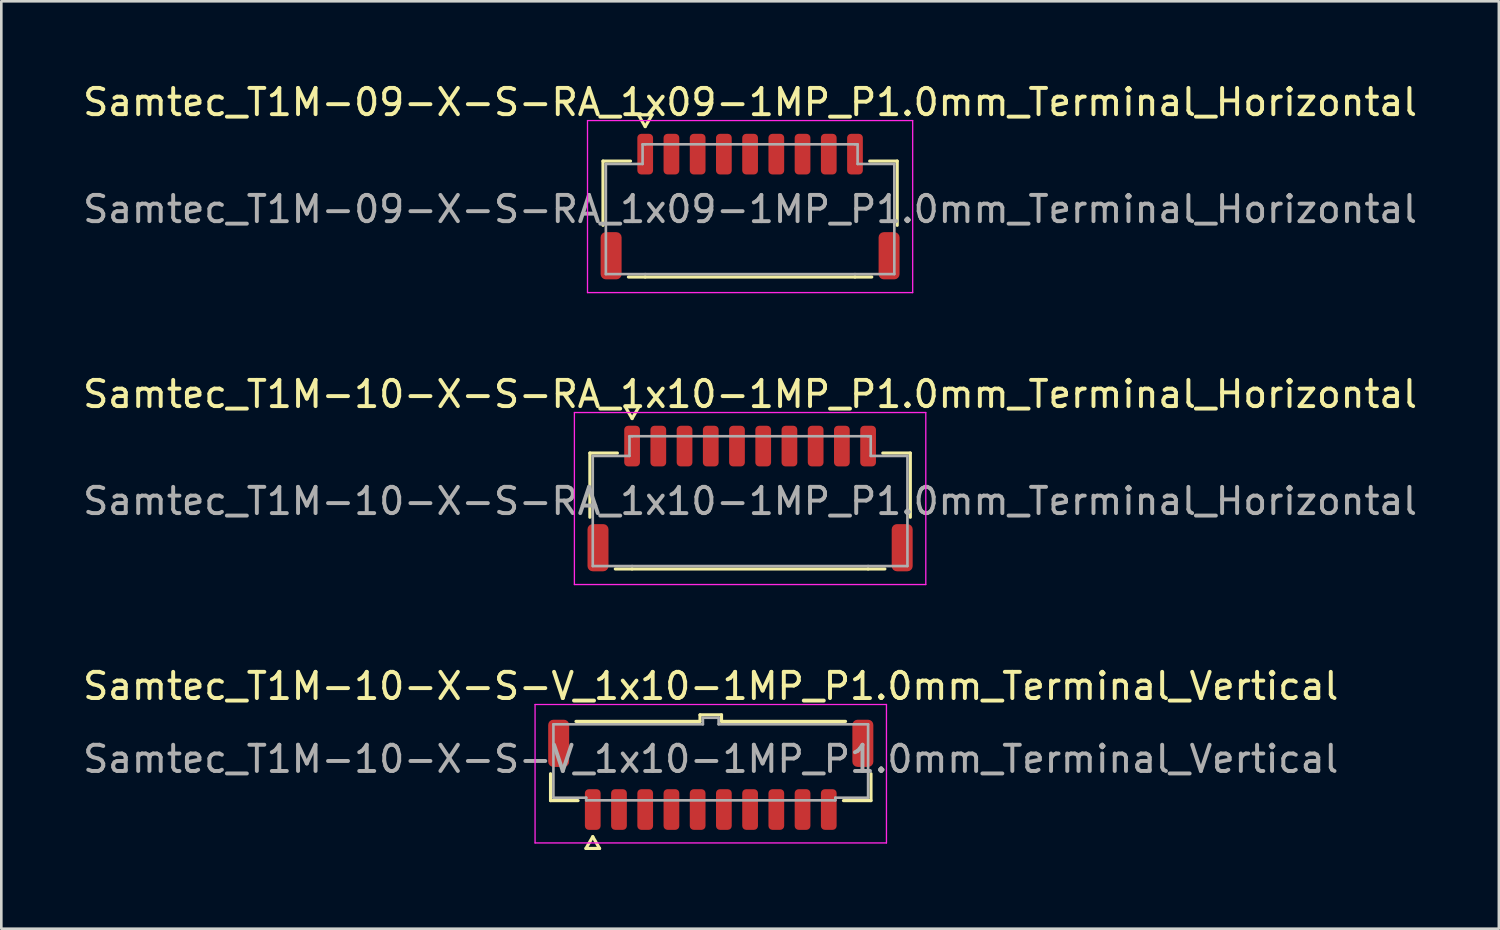
<source format=kicad_pcb>
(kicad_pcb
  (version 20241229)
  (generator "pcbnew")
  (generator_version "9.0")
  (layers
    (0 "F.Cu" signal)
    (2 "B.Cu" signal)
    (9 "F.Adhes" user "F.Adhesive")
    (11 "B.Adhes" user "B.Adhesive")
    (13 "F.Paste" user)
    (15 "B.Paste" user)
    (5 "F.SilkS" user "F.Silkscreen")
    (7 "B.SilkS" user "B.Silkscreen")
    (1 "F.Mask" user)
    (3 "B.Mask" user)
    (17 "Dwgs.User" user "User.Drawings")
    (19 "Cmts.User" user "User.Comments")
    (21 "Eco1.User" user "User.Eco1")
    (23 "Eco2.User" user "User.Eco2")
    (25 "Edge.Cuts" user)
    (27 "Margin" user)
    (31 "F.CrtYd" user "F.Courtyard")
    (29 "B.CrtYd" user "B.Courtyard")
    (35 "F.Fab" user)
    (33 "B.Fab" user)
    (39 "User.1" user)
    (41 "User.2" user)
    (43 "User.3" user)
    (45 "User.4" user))
  (footprint "Samtec_T1M-09-X-S-RA_1x09-1MP_P1.0mm_Terminal_Horizontal"
    (layer "F.Cu")
    (at 25.554 4.928)
    (property "Reference" "Samtec_T1M-09-X-S-RA_1x09-1MP_P1.0mm_Terminal_Horizontal" (at 0 -4.08 0) (layer "F.SilkS") (effects (font (size 1 1) (thickness 0.15))))
    (attr smd)
    (fp_line (start -5.61 -1.835) (end -4.56 -1.835) (stroke (width 0.12) (type solid)) (layer "F.SilkS"))
    (fp_line (start -5.61 0.615) (end -5.61 -1.835) (stroke (width 0.12) (type solid)) (layer "F.SilkS"))
    (fp_line (start -4.26 -3.6) (end -4 -3.15) (stroke (width 0.12) (type solid)) (layer "F.SilkS"))
    (fp_line (start -4 -3.15) (end -3.74 -3.6) (stroke (width 0.12) (type solid)) (layer "F.SilkS"))
    (fp_line (start -4 2.585) (end -4.64 2.585) (stroke (width 0.12) (type solid)) (layer "F.SilkS"))
    (fp_line (start -3.74 -3.6) (end -4.26 -3.6) (stroke (width 0.12) (type solid)) (layer "F.SilkS"))
    (fp_line (start 4 2.585) (end -4 2.585) (stroke (width 0.12) (type solid)) (layer "F.SilkS"))
    (fp_line (start 4.56 -1.835) (end 5.61 -1.835) (stroke (width 0.12) (type solid)) (layer "F.SilkS"))
    (fp_line (start 4.64 2.585) (end 4 2.585) (stroke (width 0.12) (type solid)) (layer "F.SilkS"))
    (fp_line (start 5.61 -1.835) (end 5.61 0.615) (stroke (width 0.12) (type solid)) (layer "F.SilkS"))
    (fp_line (start -6.2 -3.38) (end -6.2 3.18) (stroke (width 0.05) (type solid)) (layer "F.CrtYd"))
    (fp_line (start -6.2 3.18) (end 6.2 3.18) (stroke (width 0.05) (type solid)) (layer "F.CrtYd"))
    (fp_line (start 6.2 -3.38) (end -6.2 -3.38) (stroke (width 0.05) (type solid)) (layer "F.CrtYd"))
    (fp_line (start 6.2 3.18) (end 6.2 -3.38) (stroke (width 0.05) (type solid)) (layer "F.CrtYd"))
    (fp_line (start -5.5 -1.725) (end -4.1 -1.725) (stroke (width 0.1) (type solid)) (layer "F.Fab"))
    (fp_line (start -5.5 2.475) (end -5.5 -1.725) (stroke (width 0.1) (type solid)) (layer "F.Fab"))
    (fp_line (start -4.1 -2.475) (end -4 -2.475) (stroke (width 0.1) (type solid)) (layer "F.Fab"))
    (fp_line (start -4.1 -1.725) (end -4.1 -2.475) (stroke (width 0.1) (type solid)) (layer "F.Fab"))
    (fp_line (start -4 -2.475) (end 4 -2.475) (stroke (width 0.1) (type solid)) (layer "F.Fab"))
    (fp_line (start -4 2.475) (end -5.5 2.475) (stroke (width 0.1) (type solid)) (layer "F.Fab"))
    (fp_line (start 4 -2.475) (end 4.1 -2.475) (stroke (width 0.1) (type solid)) (layer "F.Fab"))
    (fp_line (start 4 2.475) (end -4 2.475) (stroke (width 0.1) (type solid)) (layer "F.Fab"))
    (fp_line (start 4.1 -2.475) (end 4.1 -1.725) (stroke (width 0.1) (type solid)) (layer "F.Fab"))
    (fp_line (start 4.1 -1.725) (end 5.5 -1.725) (stroke (width 0.1) (type solid)) (layer "F.Fab"))
    (fp_line (start 5.5 -1.725) (end 5.5 2.475) (stroke (width 0.1) (type solid)) (layer "F.Fab"))
    (fp_line (start 5.5 2.475) (end 4 2.475) (stroke (width 0.1) (type solid)) (layer "F.Fab"))
    (fp_text user "${REFERENCE}" (at 0 0 0) (layer "F.Fab") (effects (font (size 1 1) (thickness 0.15))))
    (pad "1" smd roundrect (at -4 -2.1) (size 0.6 1.55) (layers "F.Cu" "F.Mask" "F.Paste") (roundrect_rratio 0.25))
    (pad "2" smd roundrect (at -3 -2.1) (size 0.6 1.55) (layers "F.Cu" "F.Mask" "F.Paste") (roundrect_rratio 0.25))
    (pad "3" smd roundrect (at -2 -2.1) (size 0.6 1.55) (layers "F.Cu" "F.Mask" "F.Paste") (roundrect_rratio 0.25))
    (pad "4" smd roundrect (at -1 -2.1) (size 0.6 1.55) (layers "F.Cu" "F.Mask" "F.Paste") (roundrect_rratio 0.25))
    (pad "5" smd roundrect (at 0 -2.1) (size 0.6 1.55) (layers "F.Cu" "F.Mask" "F.Paste") (roundrect_rratio 0.25))
    (pad "6" smd roundrect (at 1 -2.1) (size 0.6 1.55) (layers "F.Cu" "F.Mask" "F.Paste") (roundrect_rratio 0.25))
    (pad "7" smd roundrect (at 2 -2.1) (size 0.6 1.55) (layers "F.Cu" "F.Mask" "F.Paste") (roundrect_rratio 0.25))
    (pad "8" smd roundrect (at 3 -2.1) (size 0.6 1.55) (layers "F.Cu" "F.Mask" "F.Paste") (roundrect_rratio 0.25))
    (pad "9" smd roundrect (at 4 -2.1) (size 0.6 1.55) (layers "F.Cu" "F.Mask" "F.Paste") (roundrect_rratio 0.25))
    (pad "MP" smd roundrect (at -5.3 1.775) (size 0.8 1.8) (layers "F.Cu" "F.Mask" "F.Paste") (roundrect_rratio 0.25))
    (pad "MP" smd roundrect (at 5.3 1.775) (size 0.8 1.8) (layers "F.Cu" "F.Mask" "F.Paste") (roundrect_rratio 0.25)))
  (footprint "Samtec_T1M-10-X-S-V_1x10-1MP_P1.0mm_Terminal_Vertical"
    (layer "F.Cu")
    (at 24.054 25.895)
    (property "Reference" "Samtec_T1M-10-X-S-V_1x10-1MP_P1.0mm_Terminal_Vertical" (at 0 -2.78 0) (layer "F.SilkS") (effects (font (size 1 1) (thickness 0.15))))
    (attr smd)
    (fp_line (start -6.11 1.585) (end -6.11 0.56) (stroke (width 0.12) (type solid)) (layer "F.SilkS"))
    (fp_line (start -5.14 -1.435) (end -0.41 -1.435) (stroke (width 0.12) (type solid)) (layer "F.SilkS"))
    (fp_line (start -5.06 1.585) (end -6.11 1.585) (stroke (width 0.12) (type solid)) (layer "F.SilkS"))
    (fp_line (start -4.76 3.41) (end -4.5 2.96) (stroke (width 0.12) (type solid)) (layer "F.SilkS"))
    (fp_line (start -4.5 2.96) (end -4.24 3.41) (stroke (width 0.12) (type solid)) (layer "F.SilkS"))
    (fp_line (start -4.24 3.41) (end -4.76 3.41) (stroke (width 0.12) (type solid)) (layer "F.SilkS"))
    (fp_line (start -0.41 -1.685) (end 0.41 -1.685) (stroke (width 0.12) (type solid)) (layer "F.SilkS"))
    (fp_line (start -0.41 -1.435) (end -0.41 -1.685) (stroke (width 0.12) (type solid)) (layer "F.SilkS"))
    (fp_line (start 0.41 -1.685) (end 0.41 -1.435) (stroke (width 0.12) (type solid)) (layer "F.SilkS"))
    (fp_line (start 0.41 -1.435) (end 5.14 -1.435) (stroke (width 0.12) (type solid)) (layer "F.SilkS"))
    (fp_line (start 6.11 0.56) (end 6.11 1.585) (stroke (width 0.12) (type solid)) (layer "F.SilkS"))
    (fp_line (start 6.11 1.585) (end 5.06 1.585) (stroke (width 0.12) (type solid)) (layer "F.SilkS"))
    (fp_line (start -6.7 -2.08) (end -6.7 3.2) (stroke (width 0.05) (type solid)) (layer "F.CrtYd"))
    (fp_line (start -6.7 3.2) (end 6.7 3.2) (stroke (width 0.05) (type solid)) (layer "F.CrtYd"))
    (fp_line (start 6.7 -2.08) (end -6.7 -2.08) (stroke (width 0.05) (type solid)) (layer "F.CrtYd"))
    (fp_line (start 6.7 3.2) (end 6.7 -2.08) (stroke (width 0.05) (type solid)) (layer "F.CrtYd"))
    (fp_line (start -6 -1.325) (end -0.3 -1.325) (stroke (width 0.1) (type solid)) (layer "F.Fab"))
    (fp_line (start -6 1.475) (end -6 -1.325) (stroke (width 0.1) (type solid)) (layer "F.Fab"))
    (fp_line (start -4.75 1.475) (end -6 1.475) (stroke (width 0.1) (type solid)) (layer "F.Fab"))
    (fp_line (start -4.75 1.575) (end -4.75 1.475) (stroke (width 0.1) (type solid)) (layer "F.Fab"))
    (fp_line (start -0.3 -1.575) (end 0.3 -1.575) (stroke (width 0.1) (type solid)) (layer "F.Fab"))
    (fp_line (start -0.3 -1.325) (end -0.3 -1.575) (stroke (width 0.1) (type solid)) (layer "F.Fab"))
    (fp_line (start 0.3 -1.575) (end 0.3 -1.325) (stroke (width 0.1) (type solid)) (layer "F.Fab"))
    (fp_line (start 0.3 -1.325) (end 6 -1.325) (stroke (width 0.1) (type solid)) (layer "F.Fab"))
    (fp_line (start 4.75 1.475) (end 4.75 1.575) (stroke (width 0.1) (type solid)) (layer "F.Fab"))
    (fp_line (start 4.75 1.575) (end -4.75 1.575) (stroke (width 0.1) (type solid)) (layer "F.Fab"))
    (fp_line (start 6 -1.325) (end 6 1.475) (stroke (width 0.1) (type solid)) (layer "F.Fab"))
    (fp_line (start 6 1.475) (end 4.75 1.475) (stroke (width 0.1) (type solid)) (layer "F.Fab"))
    (fp_text user "${REFERENCE}" (at 0 0 0) (layer "F.Fab") (effects (font (size 1 1) (thickness 0.15))))
    (pad "1" smd roundrect (at -4.5 1.925) (size 0.6 1.55) (layers "F.Cu" "F.Mask" "F.Paste") (roundrect_rratio 0.25))
    (pad "2" smd roundrect (at -3.5 1.925) (size 0.6 1.55) (layers "F.Cu" "F.Mask" "F.Paste") (roundrect_rratio 0.25))
    (pad "3" smd roundrect (at -2.5 1.925) (size 0.6 1.55) (layers "F.Cu" "F.Mask" "F.Paste") (roundrect_rratio 0.25))
    (pad "4" smd roundrect (at -1.5 1.925) (size 0.6 1.55) (layers "F.Cu" "F.Mask" "F.Paste") (roundrect_rratio 0.25))
    (pad "5" smd roundrect (at -0.5 1.925) (size 0.6 1.55) (layers "F.Cu" "F.Mask" "F.Paste") (roundrect_rratio 0.25))
    (pad "6" smd roundrect (at 0.5 1.925) (size 0.6 1.55) (layers "F.Cu" "F.Mask" "F.Paste") (roundrect_rratio 0.25))
    (pad "7" smd roundrect (at 1.5 1.925) (size 0.6 1.55) (layers "F.Cu" "F.Mask" "F.Paste") (roundrect_rratio 0.25))
    (pad "8" smd roundrect (at 2.5 1.925) (size 0.6 1.55) (layers "F.Cu" "F.Mask" "F.Paste") (roundrect_rratio 0.25))
    (pad "9" smd roundrect (at 3.5 1.925) (size 0.6 1.55) (layers "F.Cu" "F.Mask" "F.Paste") (roundrect_rratio 0.25))
    (pad "10" smd roundrect (at 4.5 1.925) (size 0.6 1.55) (layers "F.Cu" "F.Mask" "F.Paste") (roundrect_rratio 0.25))
    (pad "MP" smd roundrect (at -5.8 -0.6) (size 0.8 1.8) (layers "F.Cu" "F.Mask" "F.Paste") (roundrect_rratio 0.25))
    (pad "MP" smd roundrect (at 5.8 -0.6) (size 0.8 1.8) (layers "F.Cu" "F.Mask" "F.Paste") (roundrect_rratio 0.25)))
  (footprint "Samtec_T1M-10-X-S-RA_1x10-1MP_P1.0mm_Terminal_Horizontal"
    (layer "F.Cu")
    (at 25.554 16.061)
    (property "Reference" "Samtec_T1M-10-X-S-RA_1x10-1MP_P1.0mm_Terminal_Horizontal" (at 0 -4.08 0) (layer "F.SilkS") (effects (font (size 1 1) (thickness 0.15))))
    (attr smd)
    (fp_line (start -6.11 -1.835) (end -5.06 -1.835) (stroke (width 0.12) (type solid)) (layer "F.SilkS"))
    (fp_line (start -6.11 0.615) (end -6.11 -1.835) (stroke (width 0.12) (type solid)) (layer "F.SilkS"))
    (fp_line (start -4.76 -3.6) (end -4.5 -3.15) (stroke (width 0.12) (type solid)) (layer "F.SilkS"))
    (fp_line (start -4.5 -3.15) (end -4.24 -3.6) (stroke (width 0.12) (type solid)) (layer "F.SilkS"))
    (fp_line (start -4.5 2.585) (end -5.14 2.585) (stroke (width 0.12) (type solid)) (layer "F.SilkS"))
    (fp_line (start -4.24 -3.6) (end -4.76 -3.6) (stroke (width 0.12) (type solid)) (layer "F.SilkS"))
    (fp_line (start 4.5 2.585) (end -4.5 2.585) (stroke (width 0.12) (type solid)) (layer "F.SilkS"))
    (fp_line (start 5.06 -1.835) (end 6.11 -1.835) (stroke (width 0.12) (type solid)) (layer "F.SilkS"))
    (fp_line (start 5.14 2.585) (end 4.5 2.585) (stroke (width 0.12) (type solid)) (layer "F.SilkS"))
    (fp_line (start 6.11 -1.835) (end 6.11 0.615) (stroke (width 0.12) (type solid)) (layer "F.SilkS"))
    (fp_line (start -6.7 -3.38) (end -6.7 3.18) (stroke (width 0.05) (type solid)) (layer "F.CrtYd"))
    (fp_line (start -6.7 3.18) (end 6.7 3.18) (stroke (width 0.05) (type solid)) (layer "F.CrtYd"))
    (fp_line (start 6.7 -3.38) (end -6.7 -3.38) (stroke (width 0.05) (type solid)) (layer "F.CrtYd"))
    (fp_line (start 6.7 3.18) (end 6.7 -3.38) (stroke (width 0.05) (type solid)) (layer "F.CrtYd"))
    (fp_line (start -6 -1.725) (end -4.6 -1.725) (stroke (width 0.1) (type solid)) (layer "F.Fab"))
    (fp_line (start -6 2.475) (end -6 -1.725) (stroke (width 0.1) (type solid)) (layer "F.Fab"))
    (fp_line (start -4.6 -2.475) (end -4.5 -2.475) (stroke (width 0.1) (type solid)) (layer "F.Fab"))
    (fp_line (start -4.6 -1.725) (end -4.6 -2.475) (stroke (width 0.1) (type solid)) (layer "F.Fab"))
    (fp_line (start -4.5 -2.475) (end 4.5 -2.475) (stroke (width 0.1) (type solid)) (layer "F.Fab"))
    (fp_line (start -4.5 2.475) (end -6 2.475) (stroke (width 0.1) (type solid)) (layer "F.Fab"))
    (fp_line (start 4.5 -2.475) (end 4.6 -2.475) (stroke (width 0.1) (type solid)) (layer "F.Fab"))
    (fp_line (start 4.5 2.475) (end -4.5 2.475) (stroke (width 0.1) (type solid)) (layer "F.Fab"))
    (fp_line (start 4.6 -2.475) (end 4.6 -1.725) (stroke (width 0.1) (type solid)) (layer "F.Fab"))
    (fp_line (start 4.6 -1.725) (end 6 -1.725) (stroke (width 0.1) (type solid)) (layer "F.Fab"))
    (fp_line (start 6 -1.725) (end 6 2.475) (stroke (width 0.1) (type solid)) (layer "F.Fab"))
    (fp_line (start 6 2.475) (end 4.5 2.475) (stroke (width 0.1) (type solid)) (layer "F.Fab"))
    (fp_text user "${REFERENCE}" (at 0 0 0) (layer "F.Fab") (effects (font (size 1 1) (thickness 0.15))))
    (pad "1" smd roundrect (at -4.5 -2.1) (size 0.6 1.55) (layers "F.Cu" "F.Mask" "F.Paste") (roundrect_rratio 0.25))
    (pad "2" smd roundrect (at -3.5 -2.1) (size 0.6 1.55) (layers "F.Cu" "F.Mask" "F.Paste") (roundrect_rratio 0.25))
    (pad "3" smd roundrect (at -2.5 -2.1) (size 0.6 1.55) (layers "F.Cu" "F.Mask" "F.Paste") (roundrect_rratio 0.25))
    (pad "4" smd roundrect (at -1.5 -2.1) (size 0.6 1.55) (layers "F.Cu" "F.Mask" "F.Paste") (roundrect_rratio 0.25))
    (pad "5" smd roundrect (at -0.5 -2.1) (size 0.6 1.55) (layers "F.Cu" "F.Mask" "F.Paste") (roundrect_rratio 0.25))
    (pad "6" smd roundrect (at 0.5 -2.1) (size 0.6 1.55) (layers "F.Cu" "F.Mask" "F.Paste") (roundrect_rratio 0.25))
    (pad "7" smd roundrect (at 1.5 -2.1) (size 0.6 1.55) (layers "F.Cu" "F.Mask" "F.Paste") (roundrect_rratio 0.25))
    (pad "8" smd roundrect (at 2.5 -2.1) (size 0.6 1.55) (layers "F.Cu" "F.Mask" "F.Paste") (roundrect_rratio 0.25))
    (pad "9" smd roundrect (at 3.5 -2.1) (size 0.6 1.55) (layers "F.Cu" "F.Mask" "F.Paste") (roundrect_rratio 0.25))
    (pad "10" smd roundrect (at 4.5 -2.1) (size 0.6 1.55) (layers "F.Cu" "F.Mask" "F.Paste") (roundrect_rratio 0.25))
    (pad "MP" smd roundrect (at -5.8 1.775) (size 0.8 1.8) (layers "F.Cu" "F.Mask" "F.Paste") (roundrect_rratio 0.25))
    (pad "MP" smd roundrect (at 5.8 1.775) (size 0.8 1.8) (layers "F.Cu" "F.Mask" "F.Paste") (roundrect_rratio 0.25)))
  (gr_rect
    (start -3 -3)
    (end 54.107 32.365)
    (stroke (width 0.1) (type default))
    (fill no)
    (layer "Edge.Cuts")))
</source>
